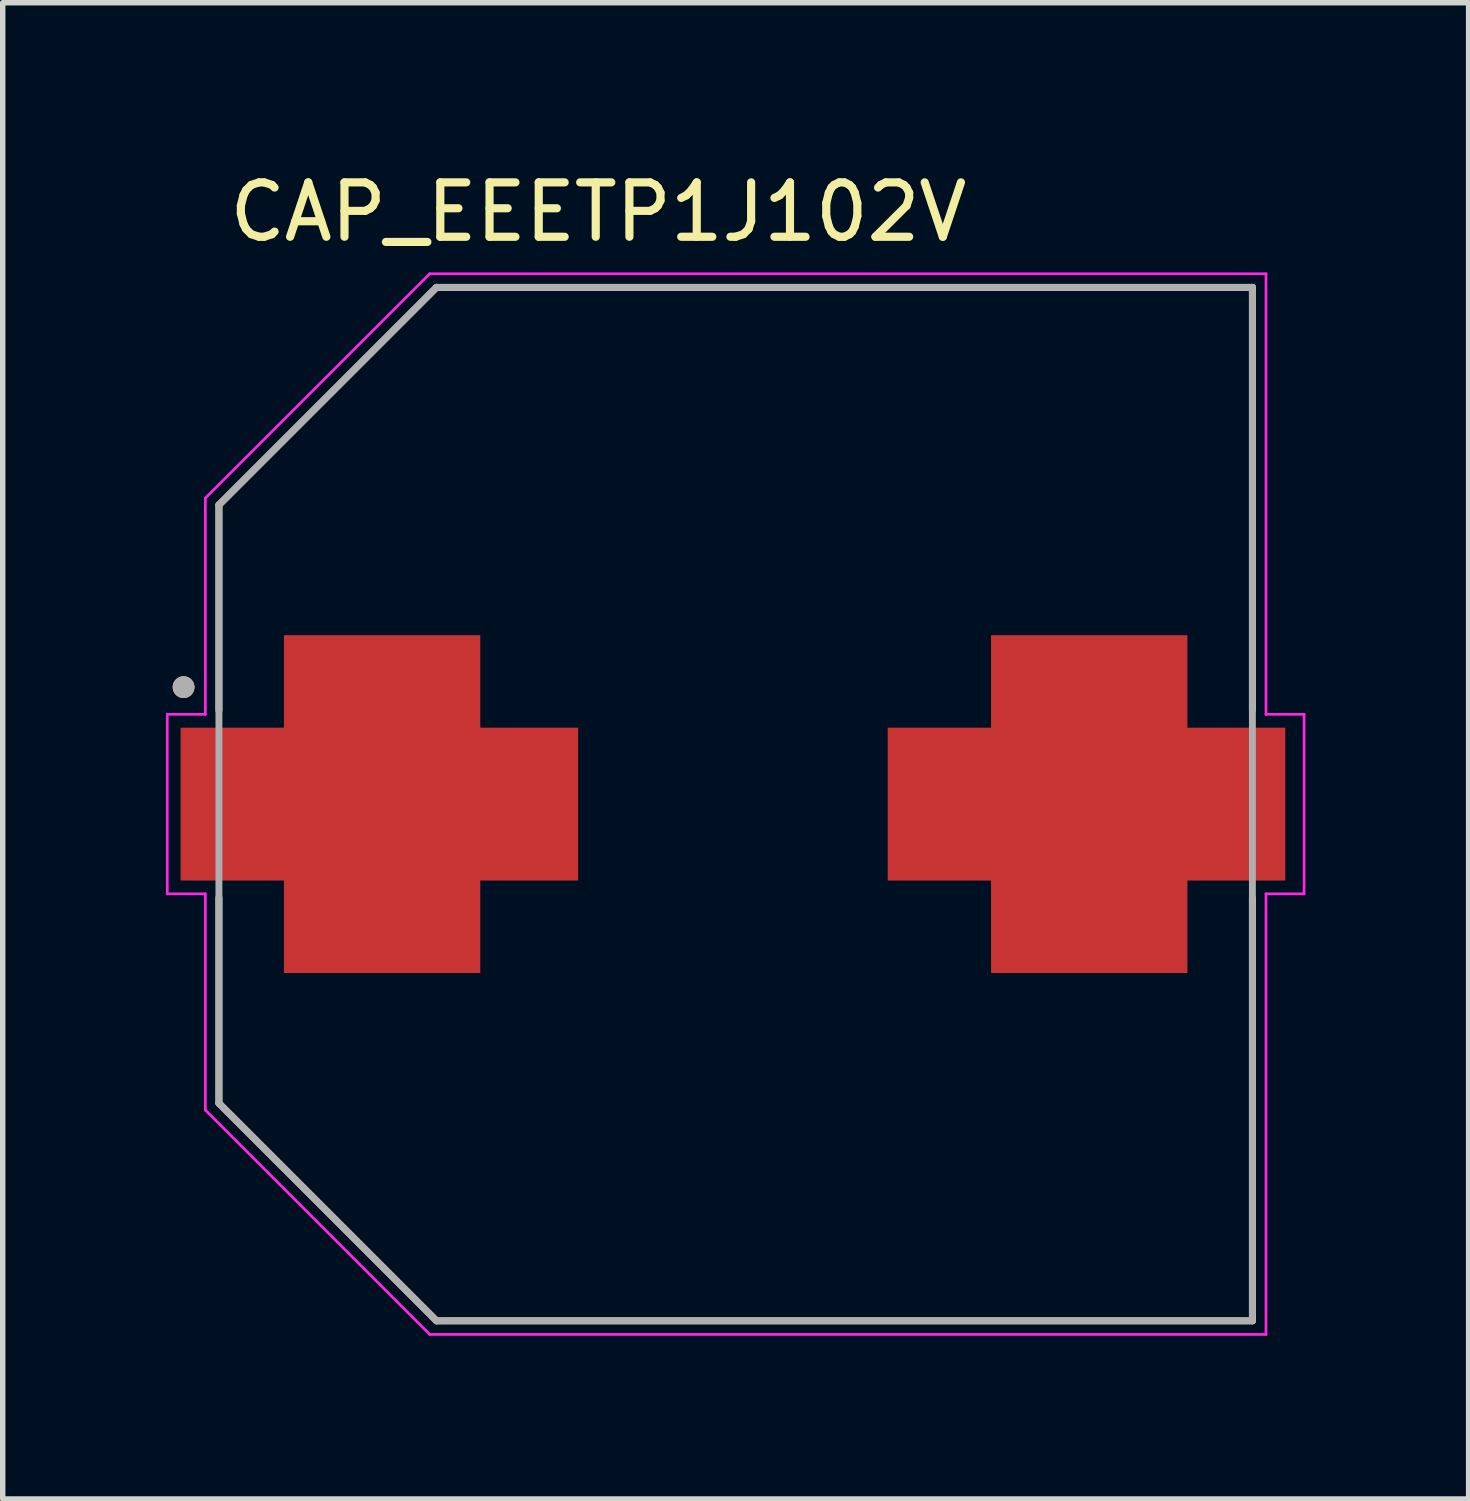
<source format=kicad_pcb>
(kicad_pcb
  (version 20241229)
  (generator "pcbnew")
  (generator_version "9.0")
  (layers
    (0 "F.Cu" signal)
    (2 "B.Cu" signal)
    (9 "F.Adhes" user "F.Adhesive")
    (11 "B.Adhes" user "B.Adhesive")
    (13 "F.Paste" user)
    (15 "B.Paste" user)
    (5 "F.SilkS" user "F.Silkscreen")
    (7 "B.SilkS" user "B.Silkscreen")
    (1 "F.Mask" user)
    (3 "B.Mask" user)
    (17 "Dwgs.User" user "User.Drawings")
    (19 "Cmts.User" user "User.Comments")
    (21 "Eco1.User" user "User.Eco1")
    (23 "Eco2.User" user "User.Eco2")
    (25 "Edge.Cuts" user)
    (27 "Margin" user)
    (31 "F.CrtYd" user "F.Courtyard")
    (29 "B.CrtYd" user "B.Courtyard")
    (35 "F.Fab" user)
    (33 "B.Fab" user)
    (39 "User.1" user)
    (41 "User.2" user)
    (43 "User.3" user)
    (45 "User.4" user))
  (footprint "CAP_EEETP1J102V"
    (layer "F.Cu")
    (at 10.475 11.733)
    (property "Reference" "CAP_EEETP1J102V" (at -2.525 -10.885 0) (layer "F.SilkS") (effects (font (size 1 1) (thickness 0.15))))
    (attr smd)
    (fp_poly (pts (xy -8.4 3.2) (xy -8.4 1.5) (xy -10.3 1.5) (xy -10.3 -1.5) (xy -8.4 -1.5) (xy -8.4 -3.2) (xy -4.6 -3.2) (xy -4.6 -1.5) (xy -2.8 -1.5) (xy -2.8 1.5) (xy -4.6 1.5) (xy -4.6 3.2)) (stroke (width 0.01) (type solid)) (fill yes) (layer "F.Mask"))
    (fp_poly (pts (xy 8.4 3.2) (xy 8.4 1.5) (xy 10.3 1.5) (xy 10.3 -1.5) (xy 8.4 -1.5) (xy 8.4 -3.2) (xy 4.6 -3.2) (xy 4.6 -1.5) (xy 2.8 -1.5) (xy 2.8 1.5) (xy 4.6 1.5) (xy 4.6 3.2)) (stroke (width 0.01) (type solid)) (fill yes) (layer "F.Mask"))
    (fp_line (start -9.5 -5.5) (end -9.5 -1.72) (stroke (width 0.127) (type solid)) (layer "F.SilkS"))
    (fp_line (start -9.5 1.72) (end -9.5 5.5) (stroke (width 0.127) (type solid)) (layer "F.SilkS"))
    (fp_line (start -9.5 5.5) (end -5.5 9.5) (stroke (width 0.127) (type solid)) (layer "F.SilkS"))
    (fp_line (start -5.5 -9.5) (end -9.5 -5.5) (stroke (width 0.127) (type solid)) (layer "F.SilkS"))
    (fp_line (start -5.5 9.5) (end 9.5 9.5) (stroke (width 0.127) (type solid)) (layer "F.SilkS"))
    (fp_line (start 9.5 -9.5) (end -5.5 -9.5) (stroke (width 0.127) (type solid)) (layer "F.SilkS"))
    (fp_line (start 9.5 -1.72) (end 9.5 -9.5) (stroke (width 0.127) (type solid)) (layer "F.SilkS"))
    (fp_line (start 9.5 9.5) (end 9.5 1.72) (stroke (width 0.127) (type solid)) (layer "F.SilkS"))
    (fp_circle (center -10.15 -2.15) (end -10.05 -2.15) (stroke (width 0.2) (type solid)) (fill no) (layer "F.SilkS"))
    (fp_poly (pts (xy -8.3 3.1) (xy -8.3 1.4) (xy -10.2 1.4) (xy -10.2 -1.4) (xy -8.3 -1.4) (xy -8.3 -3.1) (xy -4.7 -3.1) (xy -4.7 -1.4) (xy -2.9 -1.4) (xy -2.9 1.4) (xy -4.7 1.4) (xy -4.7 3.1)) (stroke (width 0.01) (type solid)) (fill yes) (layer "F.Paste"))
    (fp_poly (pts (xy 8.3 3.1) (xy 8.3 1.4) (xy 10.2 1.4) (xy 10.2 -1.4) (xy 8.3 -1.4) (xy 8.3 -3.1) (xy 4.7 -3.1) (xy 4.7 -1.4) (xy 2.9 -1.4) (xy 2.9 1.4) (xy 4.7 1.4) (xy 4.7 3.1)) (stroke (width 0.01) (type solid)) (fill yes) (layer "F.Paste"))
    (fp_line (start -10.45 -1.65) (end -9.75 -1.65) (stroke (width 0.05) (type solid)) (layer "F.CrtYd"))
    (fp_line (start -10.45 1.65) (end -10.45 -1.65) (stroke (width 0.05) (type solid)) (layer "F.CrtYd"))
    (fp_line (start -9.75 -5.625) (end -5.625 -9.75) (stroke (width 0.05) (type solid)) (layer "F.CrtYd"))
    (fp_line (start -9.75 -1.65) (end -9.75 -5.625) (stroke (width 0.05) (type solid)) (layer "F.CrtYd"))
    (fp_line (start -9.75 1.65) (end -10.45 1.65) (stroke (width 0.05) (type solid)) (layer "F.CrtYd"))
    (fp_line (start -9.75 5.625) (end -9.75 1.65) (stroke (width 0.05) (type solid)) (layer "F.CrtYd"))
    (fp_line (start -5.625 -9.75) (end 9.75 -9.75) (stroke (width 0.05) (type solid)) (layer "F.CrtYd"))
    (fp_line (start -5.625 9.75) (end -9.75 5.625) (stroke (width 0.05) (type solid)) (layer "F.CrtYd"))
    (fp_line (start 9.75 -9.75) (end 9.75 -1.65) (stroke (width 0.05) (type solid)) (layer "F.CrtYd"))
    (fp_line (start 9.75 -1.65) (end 10.45 -1.65) (stroke (width 0.05) (type solid)) (layer "F.CrtYd"))
    (fp_line (start 9.75 1.65) (end 9.75 9.75) (stroke (width 0.05) (type solid)) (layer "F.CrtYd"))
    (fp_line (start 9.75 9.75) (end -5.625 9.75) (stroke (width 0.05) (type solid)) (layer "F.CrtYd"))
    (fp_line (start 10.45 -1.65) (end 10.45 1.65) (stroke (width 0.05) (type solid)) (layer "F.CrtYd"))
    (fp_line (start 10.45 1.65) (end 9.75 1.65) (stroke (width 0.05) (type solid)) (layer "F.CrtYd"))
    (fp_line (start -9.5 -5.5) (end -9.5 5.5) (stroke (width 0.127) (type solid)) (layer "F.Fab"))
    (fp_line (start -9.5 5.5) (end -5.5 9.5) (stroke (width 0.127) (type solid)) (layer "F.Fab"))
    (fp_line (start -5.5 -9.5) (end -9.5 -5.5) (stroke (width 0.127) (type solid)) (layer "F.Fab"))
    (fp_line (start -5.5 9.5) (end 9.5 9.5) (stroke (width 0.127) (type solid)) (layer "F.Fab"))
    (fp_line (start 9.5 -9.5) (end -5.5 -9.5) (stroke (width 0.127) (type solid)) (layer "F.Fab"))
    (fp_line (start 9.5 9.5) (end 9.5 -9.5) (stroke (width 0.127) (type solid)) (layer "F.Fab"))
    (fp_circle (center -10.15 -2.15) (end -10.05 -2.15) (stroke (width 0.2) (type solid)) (fill no) (layer "F.Fab"))
    (pad "1" smd custom (at -6.5 0) (size 2 2) (layers "F.Cu") (options (anchor rect)) (primitives (gr_poly (pts (xy -1.8 3.1) (xy -1.8 1.4) (xy -3.7 1.4) (xy -3.7 -1.4) (xy -1.8 -1.4) (xy -1.8 -3.1) (xy 1.8 -3.1) (xy 1.8 -1.4) (xy 3.6 -1.4) (xy 3.6 1.4) (xy 1.8 1.4) (xy 1.8 3.1)) (width 0.01) (fill yes))))
    (pad "2" smd custom (at 6.5 0 180) (size 2 2) (layers "F.Cu") (options (anchor rect)) (primitives (gr_poly (pts (xy 1.8 3.1) (xy 1.8 1.4) (xy 3.7 1.4) (xy 3.7 -1.4) (xy 1.8 -1.4) (xy 1.8 -3.1) (xy -1.8 -3.1) (xy -1.8 -1.4) (xy -3.6 -1.4) (xy -3.6 1.4) (xy -1.8 1.4) (xy -1.8 3.1)) (width 0.01) (fill yes)))))
  (gr_rect
    (start -3 -3)
    (end 23.95 24.508)
    (stroke (width 0.1) (type default))
    (fill no)
    (layer "Edge.Cuts")))
</source>
